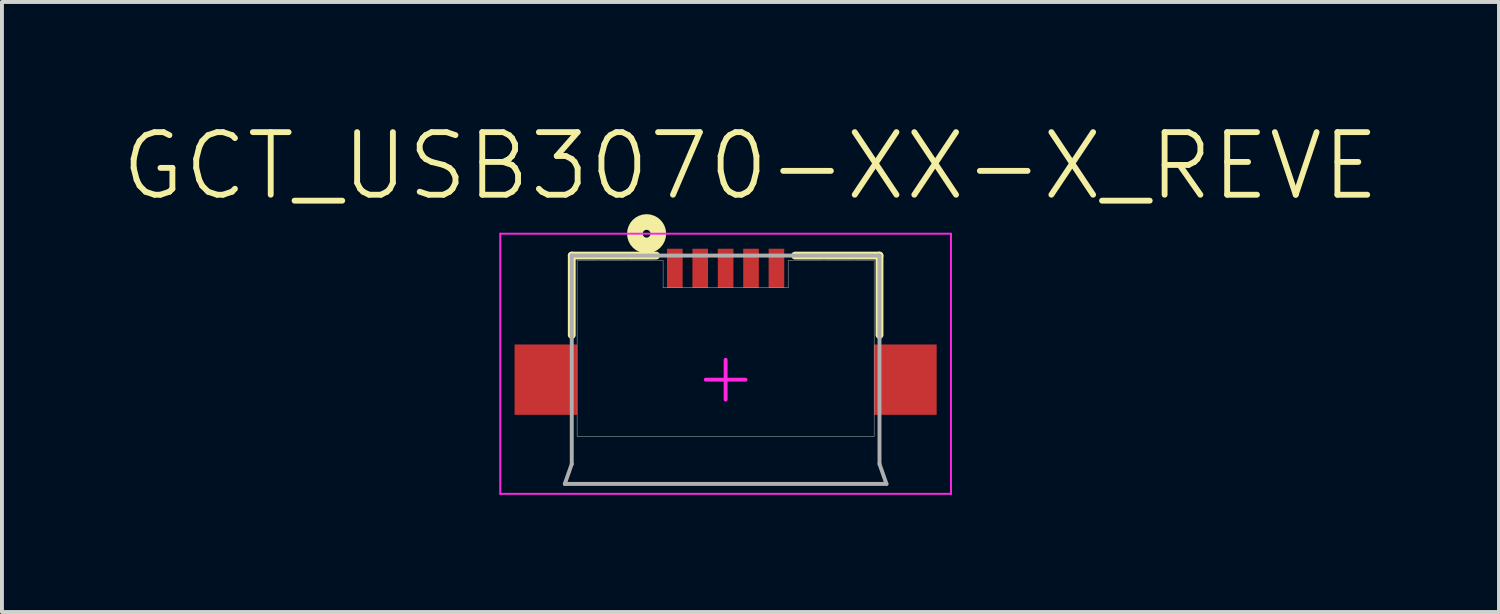
<source format=kicad_pcb>
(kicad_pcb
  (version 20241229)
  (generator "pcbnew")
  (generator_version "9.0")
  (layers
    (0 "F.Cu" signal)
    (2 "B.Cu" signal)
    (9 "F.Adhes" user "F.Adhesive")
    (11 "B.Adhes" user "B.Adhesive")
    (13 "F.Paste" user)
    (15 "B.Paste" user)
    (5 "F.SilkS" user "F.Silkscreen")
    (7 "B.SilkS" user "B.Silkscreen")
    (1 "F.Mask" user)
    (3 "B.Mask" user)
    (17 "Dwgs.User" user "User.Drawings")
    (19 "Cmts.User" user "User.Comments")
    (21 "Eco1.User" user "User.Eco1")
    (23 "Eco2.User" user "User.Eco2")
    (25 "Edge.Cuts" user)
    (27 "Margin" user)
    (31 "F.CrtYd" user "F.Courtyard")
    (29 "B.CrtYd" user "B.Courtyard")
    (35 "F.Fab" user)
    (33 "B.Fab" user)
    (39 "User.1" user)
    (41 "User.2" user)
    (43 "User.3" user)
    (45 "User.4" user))
  (footprint "GCT_USB3070-XX-X_REVE"
    (layer "F.Cu")
    (at 15.516 6.664)
    (property "Reference" "GCT_USB3070-XX-X_REVE" (at 0.635 -5.465 0) (layer "F.SilkS") (effects (font (size 1.601 1.601) (thickness 0.15))))
    (attr smd)
    (fp_line (start -3.937 -3.175) (end -1.778 -3.175) (stroke (width 0.2) (type solid)) (layer "F.SilkS"))
    (fp_line (start -3.937 -1.143) (end -3.937 -3.175) (stroke (width 0.2) (type solid)) (layer "F.SilkS"))
    (fp_line (start 1.778 -3.175) (end 3.937 -3.175) (stroke (width 0.2) (type solid)) (layer "F.SilkS"))
    (fp_line (start 3.937 -1.143) (end 3.937 -3.175) (stroke (width 0.2) (type solid)) (layer "F.SilkS"))
    (fp_circle (center -2.022 -3.734) (end -1.922 -3.734) (stroke (width 0.4) (type solid)) (fill no) (layer "F.SilkS"))
    (fp_line (start -3.8 -3.05) (end -1.6 -3.045) (stroke (width 0.01) (type solid)) (layer "Edge.Cuts"))
    (fp_line (start -3.8 1.45) (end -3.8 -3.05) (stroke (width 0.01) (type solid)) (layer "Edge.Cuts"))
    (fp_line (start -3.8 1.45) (end 3.8 1.45) (stroke (width 0.01) (type solid)) (layer "Edge.Cuts"))
    (fp_line (start -1.6 -2.35) (end -1.6 -3.045) (stroke (width 0.01) (type solid)) (layer "Edge.Cuts"))
    (fp_line (start -1.6 -2.35) (end 1.6 -2.35) (stroke (width 0.01) (type solid)) (layer "Edge.Cuts"))
    (fp_line (start 1.6 -3.045) (end 3.8 -3.05) (stroke (width 0.01) (type solid)) (layer "Edge.Cuts"))
    (fp_line (start 1.6 -2.35) (end 1.6 -3.045) (stroke (width 0.01) (type solid)) (layer "Edge.Cuts"))
    (fp_line (start 3.8 1.45) (end 3.8 -3.05) (stroke (width 0.01) (type solid)) (layer "Edge.Cuts"))
    (fp_line (start -5.766 -3.734) (end 5.766 -3.734) (stroke (width 0.05) (type solid)) (layer "F.CrtYd"))
    (fp_line (start -5.766 2.921) (end -5.766 -3.734) (stroke (width 0.05) (type solid)) (layer "F.CrtYd"))
    (fp_line (start -5.766 2.921) (end 5.766 2.921) (stroke (width 0.05) (type solid)) (layer "F.CrtYd"))
    (fp_line (start -0.508 0) (end 0.508 0) (stroke (width 0.1) (type solid)) (layer "F.CrtYd"))
    (fp_line (start 0 0.508) (end 0 -0.508) (stroke (width 0.1) (type solid)) (layer "F.CrtYd"))
    (fp_line (start 5.766 2.921) (end 5.766 -3.734) (stroke (width 0.05) (type solid)) (layer "F.CrtYd"))
    (fp_line (start -4.115 2.667) (end -3.937 2.159) (stroke (width 0.1) (type solid)) (layer "F.Fab"))
    (fp_line (start -4.115 2.667) (end 4.115 2.667) (stroke (width 0.1) (type solid)) (layer "F.Fab"))
    (fp_line (start -3.937 -3.175) (end 3.937 -3.175) (stroke (width 0.1) (type solid)) (layer "F.Fab"))
    (fp_line (start -3.937 2.159) (end -3.937 -3.175) (stroke (width 0.1) (type solid)) (layer "F.Fab"))
    (fp_line (start 3.937 2.159) (end 3.937 -3.175) (stroke (width 0.1) (type solid)) (layer "F.Fab"))
    (fp_line (start 3.937 2.159) (end 4.115 2.667) (stroke (width 0.1) (type solid)) (layer "F.Fab"))
    (pad "1" smd rect (at -1.3 -2.85) (size 0.4 1) (layers "F.Cu" "F.Mask" "F.Paste"))
    (pad "2" smd rect (at -0.65 -2.85) (size 0.4 1) (layers "F.Cu" "F.Mask" "F.Paste"))
    (pad "3" smd rect (at 0 -2.85) (size 0.4 1) (layers "F.Cu" "F.Mask" "F.Paste"))
    (pad "4" smd rect (at 0.65 -2.85) (size 0.4 1) (layers "F.Cu" "F.Mask" "F.Paste"))
    (pad "5" smd rect (at 1.3 -2.85) (size 0.4 1) (layers "F.Cu" "F.Mask" "F.Paste"))
    (pad "6" smd rect (at 4.6 0) (size 1.6 1.8) (layers "F.Cu" "F.Mask" "F.Paste"))
    (pad "7" smd rect (at -4.6 0) (size 1.6 1.8) (layers "F.Cu" "F.Mask" "F.Paste")))
  (gr_rect
    (start -3 -3)
    (end 35.303 12.61)
    (stroke (width 0.1) (type default))
    (fill no)
    (layer "Edge.Cuts")))
</source>
